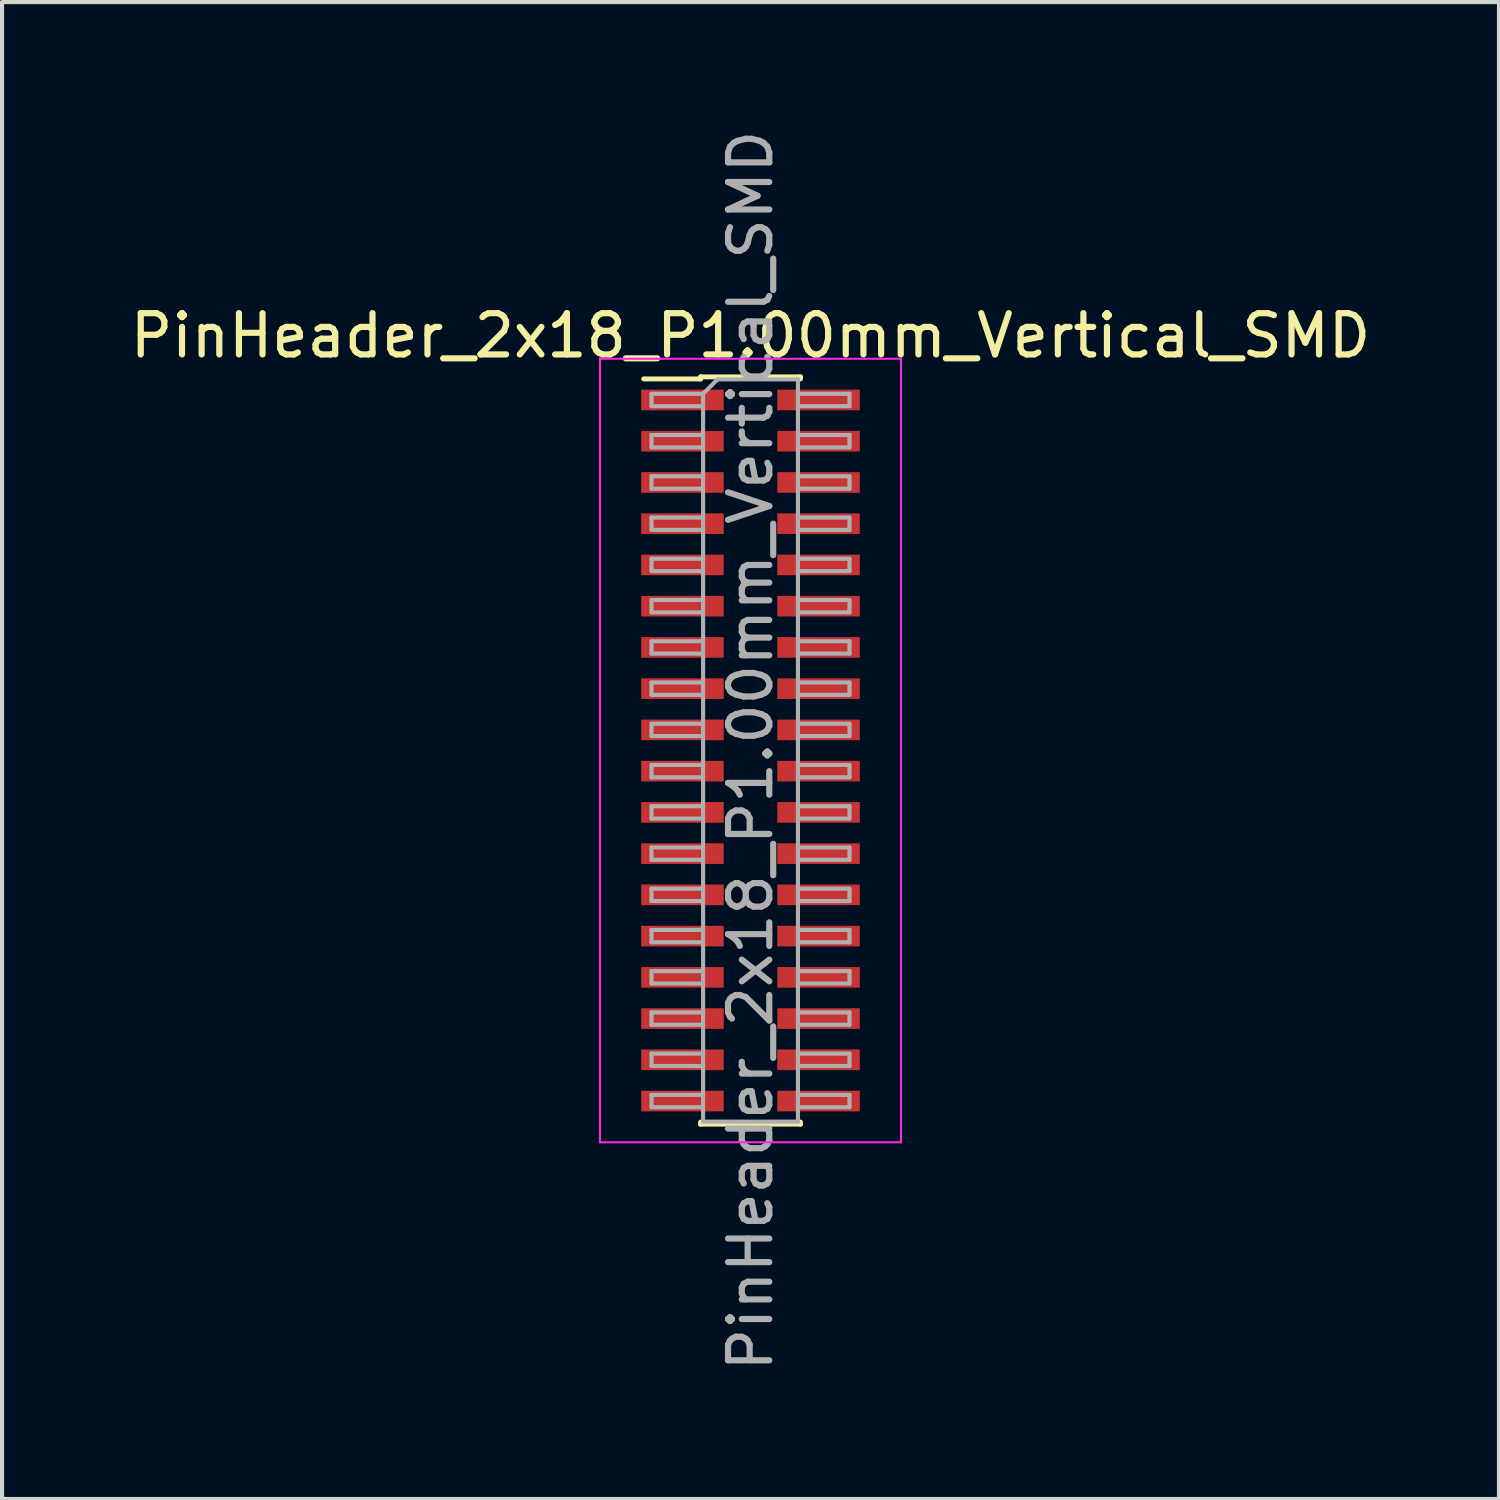
<source format=kicad_pcb>
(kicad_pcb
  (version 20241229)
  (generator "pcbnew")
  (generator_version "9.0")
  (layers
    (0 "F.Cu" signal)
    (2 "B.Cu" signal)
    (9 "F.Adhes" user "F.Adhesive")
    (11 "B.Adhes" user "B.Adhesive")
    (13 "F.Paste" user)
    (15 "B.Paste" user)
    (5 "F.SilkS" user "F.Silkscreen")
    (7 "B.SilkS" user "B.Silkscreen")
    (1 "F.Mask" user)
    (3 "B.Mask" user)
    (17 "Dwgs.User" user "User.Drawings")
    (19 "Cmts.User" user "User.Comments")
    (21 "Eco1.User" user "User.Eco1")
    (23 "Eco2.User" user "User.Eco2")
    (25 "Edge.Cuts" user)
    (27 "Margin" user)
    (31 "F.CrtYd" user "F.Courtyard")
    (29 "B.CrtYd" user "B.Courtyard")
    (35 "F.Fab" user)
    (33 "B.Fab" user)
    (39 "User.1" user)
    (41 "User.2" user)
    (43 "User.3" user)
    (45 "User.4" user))
  (footprint "PinHeader_2x18_P1.00mm_Vertical_SMD"
    (layer "F.Cu")
    (at 15.149 15.149)
    (property "Reference" "PinHeader_2x18_P1.00mm_Vertical_SMD" (at 0 -10.06 0) (layer "F.SilkS") (effects (font (size 1 1) (thickness 0.15))))
    (attr smd)
    (fp_line (start -2.59 -9.01) (end -1.21 -9.01) (stroke (width 0.12) (type solid)) (layer "F.SilkS"))
    (fp_line (start -1.21 -9.06) (end -1.21 -9.01) (stroke (width 0.12) (type solid)) (layer "F.SilkS"))
    (fp_line (start -1.21 -9.06) (end 1.21 -9.06) (stroke (width 0.12) (type solid)) (layer "F.SilkS"))
    (fp_line (start -1.21 9.01) (end -1.21 9.06) (stroke (width 0.12) (type solid)) (layer "F.SilkS"))
    (fp_line (start -1.21 9.06) (end 1.21 9.06) (stroke (width 0.12) (type solid)) (layer "F.SilkS"))
    (fp_line (start 1.21 -9.06) (end 1.21 -9.01) (stroke (width 0.12) (type solid)) (layer "F.SilkS"))
    (fp_line (start 1.21 9.01) (end 1.21 9.06) (stroke (width 0.12) (type solid)) (layer "F.SilkS"))
    (fp_line (start -3.65 -9.5) (end -3.65 9.5) (stroke (width 0.05) (type solid)) (layer "F.CrtYd"))
    (fp_line (start -3.65 9.5) (end 3.65 9.5) (stroke (width 0.05) (type solid)) (layer "F.CrtYd"))
    (fp_line (start 3.65 -9.5) (end -3.65 -9.5) (stroke (width 0.05) (type solid)) (layer "F.CrtYd"))
    (fp_line (start 3.65 9.5) (end 3.65 -9.5) (stroke (width 0.05) (type solid)) (layer "F.CrtYd"))
    (fp_line (start -2.4 -8.65) (end -2.4 -8.35) (stroke (width 0.1) (type solid)) (layer "F.Fab"))
    (fp_line (start -2.4 -8.35) (end -1.15 -8.35) (stroke (width 0.1) (type solid)) (layer "F.Fab"))
    (fp_line (start -2.4 -7.65) (end -2.4 -7.35) (stroke (width 0.1) (type solid)) (layer "F.Fab"))
    (fp_line (start -2.4 -7.35) (end -1.15 -7.35) (stroke (width 0.1) (type solid)) (layer "F.Fab"))
    (fp_line (start -2.4 -6.65) (end -2.4 -6.35) (stroke (width 0.1) (type solid)) (layer "F.Fab"))
    (fp_line (start -2.4 -6.35) (end -1.15 -6.35) (stroke (width 0.1) (type solid)) (layer "F.Fab"))
    (fp_line (start -2.4 -5.65) (end -2.4 -5.35) (stroke (width 0.1) (type solid)) (layer "F.Fab"))
    (fp_line (start -2.4 -5.35) (end -1.15 -5.35) (stroke (width 0.1) (type solid)) (layer "F.Fab"))
    (fp_line (start -2.4 -4.65) (end -2.4 -4.35) (stroke (width 0.1) (type solid)) (layer "F.Fab"))
    (fp_line (start -2.4 -4.35) (end -1.15 -4.35) (stroke (width 0.1) (type solid)) (layer "F.Fab"))
    (fp_line (start -2.4 -3.65) (end -2.4 -3.35) (stroke (width 0.1) (type solid)) (layer "F.Fab"))
    (fp_line (start -2.4 -3.35) (end -1.15 -3.35) (stroke (width 0.1) (type solid)) (layer "F.Fab"))
    (fp_line (start -2.4 -2.65) (end -2.4 -2.35) (stroke (width 0.1) (type solid)) (layer "F.Fab"))
    (fp_line (start -2.4 -2.35) (end -1.15 -2.35) (stroke (width 0.1) (type solid)) (layer "F.Fab"))
    (fp_line (start -2.4 -1.65) (end -2.4 -1.35) (stroke (width 0.1) (type solid)) (layer "F.Fab"))
    (fp_line (start -2.4 -1.35) (end -1.15 -1.35) (stroke (width 0.1) (type solid)) (layer "F.Fab"))
    (fp_line (start -2.4 -0.65) (end -2.4 -0.35) (stroke (width 0.1) (type solid)) (layer "F.Fab"))
    (fp_line (start -2.4 -0.35) (end -1.15 -0.35) (stroke (width 0.1) (type solid)) (layer "F.Fab"))
    (fp_line (start -2.4 0.35) (end -2.4 0.65) (stroke (width 0.1) (type solid)) (layer "F.Fab"))
    (fp_line (start -2.4 0.65) (end -1.15 0.65) (stroke (width 0.1) (type solid)) (layer "F.Fab"))
    (fp_line (start -2.4 1.35) (end -2.4 1.65) (stroke (width 0.1) (type solid)) (layer "F.Fab"))
    (fp_line (start -2.4 1.65) (end -1.15 1.65) (stroke (width 0.1) (type solid)) (layer "F.Fab"))
    (fp_line (start -2.4 2.35) (end -2.4 2.65) (stroke (width 0.1) (type solid)) (layer "F.Fab"))
    (fp_line (start -2.4 2.65) (end -1.15 2.65) (stroke (width 0.1) (type solid)) (layer "F.Fab"))
    (fp_line (start -2.4 3.35) (end -2.4 3.65) (stroke (width 0.1) (type solid)) (layer "F.Fab"))
    (fp_line (start -2.4 3.65) (end -1.15 3.65) (stroke (width 0.1) (type solid)) (layer "F.Fab"))
    (fp_line (start -2.4 4.35) (end -2.4 4.65) (stroke (width 0.1) (type solid)) (layer "F.Fab"))
    (fp_line (start -2.4 4.65) (end -1.15 4.65) (stroke (width 0.1) (type solid)) (layer "F.Fab"))
    (fp_line (start -2.4 5.35) (end -2.4 5.65) (stroke (width 0.1) (type solid)) (layer "F.Fab"))
    (fp_line (start -2.4 5.65) (end -1.15 5.65) (stroke (width 0.1) (type solid)) (layer "F.Fab"))
    (fp_line (start -2.4 6.35) (end -2.4 6.65) (stroke (width 0.1) (type solid)) (layer "F.Fab"))
    (fp_line (start -2.4 6.65) (end -1.15 6.65) (stroke (width 0.1) (type solid)) (layer "F.Fab"))
    (fp_line (start -2.4 7.35) (end -2.4 7.65) (stroke (width 0.1) (type solid)) (layer "F.Fab"))
    (fp_line (start -2.4 7.65) (end -1.15 7.65) (stroke (width 0.1) (type solid)) (layer "F.Fab"))
    (fp_line (start -2.4 8.35) (end -2.4 8.65) (stroke (width 0.1) (type solid)) (layer "F.Fab"))
    (fp_line (start -2.4 8.65) (end -1.15 8.65) (stroke (width 0.1) (type solid)) (layer "F.Fab"))
    (fp_line (start -1.15 -8.65) (end -2.4 -8.65) (stroke (width 0.1) (type solid)) (layer "F.Fab"))
    (fp_line (start -1.15 -8.65) (end -0.8 -9) (stroke (width 0.1) (type solid)) (layer "F.Fab"))
    (fp_line (start -1.15 -7.65) (end -2.4 -7.65) (stroke (width 0.1) (type solid)) (layer "F.Fab"))
    (fp_line (start -1.15 -6.65) (end -2.4 -6.65) (stroke (width 0.1) (type solid)) (layer "F.Fab"))
    (fp_line (start -1.15 -5.65) (end -2.4 -5.65) (stroke (width 0.1) (type solid)) (layer "F.Fab"))
    (fp_line (start -1.15 -4.65) (end -2.4 -4.65) (stroke (width 0.1) (type solid)) (layer "F.Fab"))
    (fp_line (start -1.15 -3.65) (end -2.4 -3.65) (stroke (width 0.1) (type solid)) (layer "F.Fab"))
    (fp_line (start -1.15 -2.65) (end -2.4 -2.65) (stroke (width 0.1) (type solid)) (layer "F.Fab"))
    (fp_line (start -1.15 -1.65) (end -2.4 -1.65) (stroke (width 0.1) (type solid)) (layer "F.Fab"))
    (fp_line (start -1.15 -0.65) (end -2.4 -0.65) (stroke (width 0.1) (type solid)) (layer "F.Fab"))
    (fp_line (start -1.15 0.35) (end -2.4 0.35) (stroke (width 0.1) (type solid)) (layer "F.Fab"))
    (fp_line (start -1.15 1.35) (end -2.4 1.35) (stroke (width 0.1) (type solid)) (layer "F.Fab"))
    (fp_line (start -1.15 2.35) (end -2.4 2.35) (stroke (width 0.1) (type solid)) (layer "F.Fab"))
    (fp_line (start -1.15 3.35) (end -2.4 3.35) (stroke (width 0.1) (type solid)) (layer "F.Fab"))
    (fp_line (start -1.15 4.35) (end -2.4 4.35) (stroke (width 0.1) (type solid)) (layer "F.Fab"))
    (fp_line (start -1.15 5.35) (end -2.4 5.35) (stroke (width 0.1) (type solid)) (layer "F.Fab"))
    (fp_line (start -1.15 6.35) (end -2.4 6.35) (stroke (width 0.1) (type solid)) (layer "F.Fab"))
    (fp_line (start -1.15 7.35) (end -2.4 7.35) (stroke (width 0.1) (type solid)) (layer "F.Fab"))
    (fp_line (start -1.15 8.35) (end -2.4 8.35) (stroke (width 0.1) (type solid)) (layer "F.Fab"))
    (fp_line (start -1.15 9) (end -1.15 -8.65) (stroke (width 0.1) (type solid)) (layer "F.Fab"))
    (fp_line (start -0.8 -9) (end 1.15 -9) (stroke (width 0.1) (type solid)) (layer "F.Fab"))
    (fp_line (start 1.15 -9) (end 1.15 9) (stroke (width 0.1) (type solid)) (layer "F.Fab"))
    (fp_line (start 1.15 -8.65) (end 2.4 -8.65) (stroke (width 0.1) (type solid)) (layer "F.Fab"))
    (fp_line (start 1.15 -7.65) (end 2.4 -7.65) (stroke (width 0.1) (type solid)) (layer "F.Fab"))
    (fp_line (start 1.15 -6.65) (end 2.4 -6.65) (stroke (width 0.1) (type solid)) (layer "F.Fab"))
    (fp_line (start 1.15 -5.65) (end 2.4 -5.65) (stroke (width 0.1) (type solid)) (layer "F.Fab"))
    (fp_line (start 1.15 -4.65) (end 2.4 -4.65) (stroke (width 0.1) (type solid)) (layer "F.Fab"))
    (fp_line (start 1.15 -3.65) (end 2.4 -3.65) (stroke (width 0.1) (type solid)) (layer "F.Fab"))
    (fp_line (start 1.15 -2.65) (end 2.4 -2.65) (stroke (width 0.1) (type solid)) (layer "F.Fab"))
    (fp_line (start 1.15 -1.65) (end 2.4 -1.65) (stroke (width 0.1) (type solid)) (layer "F.Fab"))
    (fp_line (start 1.15 -0.65) (end 2.4 -0.65) (stroke (width 0.1) (type solid)) (layer "F.Fab"))
    (fp_line (start 1.15 0.35) (end 2.4 0.35) (stroke (width 0.1) (type solid)) (layer "F.Fab"))
    (fp_line (start 1.15 1.35) (end 2.4 1.35) (stroke (width 0.1) (type solid)) (layer "F.Fab"))
    (fp_line (start 1.15 2.35) (end 2.4 2.35) (stroke (width 0.1) (type solid)) (layer "F.Fab"))
    (fp_line (start 1.15 3.35) (end 2.4 3.35) (stroke (width 0.1) (type solid)) (layer "F.Fab"))
    (fp_line (start 1.15 4.35) (end 2.4 4.35) (stroke (width 0.1) (type solid)) (layer "F.Fab"))
    (fp_line (start 1.15 5.35) (end 2.4 5.35) (stroke (width 0.1) (type solid)) (layer "F.Fab"))
    (fp_line (start 1.15 6.35) (end 2.4 6.35) (stroke (width 0.1) (type solid)) (layer "F.Fab"))
    (fp_line (start 1.15 7.35) (end 2.4 7.35) (stroke (width 0.1) (type solid)) (layer "F.Fab"))
    (fp_line (start 1.15 8.35) (end 2.4 8.35) (stroke (width 0.1) (type solid)) (layer "F.Fab"))
    (fp_line (start 1.15 9) (end -1.15 9) (stroke (width 0.1) (type solid)) (layer "F.Fab"))
    (fp_line (start 2.4 -8.65) (end 2.4 -8.35) (stroke (width 0.1) (type solid)) (layer "F.Fab"))
    (fp_line (start 2.4 -8.35) (end 1.15 -8.35) (stroke (width 0.1) (type solid)) (layer "F.Fab"))
    (fp_line (start 2.4 -7.65) (end 2.4 -7.35) (stroke (width 0.1) (type solid)) (layer "F.Fab"))
    (fp_line (start 2.4 -7.35) (end 1.15 -7.35) (stroke (width 0.1) (type solid)) (layer "F.Fab"))
    (fp_line (start 2.4 -6.65) (end 2.4 -6.35) (stroke (width 0.1) (type solid)) (layer "F.Fab"))
    (fp_line (start 2.4 -6.35) (end 1.15 -6.35) (stroke (width 0.1) (type solid)) (layer "F.Fab"))
    (fp_line (start 2.4 -5.65) (end 2.4 -5.35) (stroke (width 0.1) (type solid)) (layer "F.Fab"))
    (fp_line (start 2.4 -5.35) (end 1.15 -5.35) (stroke (width 0.1) (type solid)) (layer "F.Fab"))
    (fp_line (start 2.4 -4.65) (end 2.4 -4.35) (stroke (width 0.1) (type solid)) (layer "F.Fab"))
    (fp_line (start 2.4 -4.35) (end 1.15 -4.35) (stroke (width 0.1) (type solid)) (layer "F.Fab"))
    (fp_line (start 2.4 -3.65) (end 2.4 -3.35) (stroke (width 0.1) (type solid)) (layer "F.Fab"))
    (fp_line (start 2.4 -3.35) (end 1.15 -3.35) (stroke (width 0.1) (type solid)) (layer "F.Fab"))
    (fp_line (start 2.4 -2.65) (end 2.4 -2.35) (stroke (width 0.1) (type solid)) (layer "F.Fab"))
    (fp_line (start 2.4 -2.35) (end 1.15 -2.35) (stroke (width 0.1) (type solid)) (layer "F.Fab"))
    (fp_line (start 2.4 -1.65) (end 2.4 -1.35) (stroke (width 0.1) (type solid)) (layer "F.Fab"))
    (fp_line (start 2.4 -1.35) (end 1.15 -1.35) (stroke (width 0.1) (type solid)) (layer "F.Fab"))
    (fp_line (start 2.4 -0.65) (end 2.4 -0.35) (stroke (width 0.1) (type solid)) (layer "F.Fab"))
    (fp_line (start 2.4 -0.35) (end 1.15 -0.35) (stroke (width 0.1) (type solid)) (layer "F.Fab"))
    (fp_line (start 2.4 0.35) (end 2.4 0.65) (stroke (width 0.1) (type solid)) (layer "F.Fab"))
    (fp_line (start 2.4 0.65) (end 1.15 0.65) (stroke (width 0.1) (type solid)) (layer "F.Fab"))
    (fp_line (start 2.4 1.35) (end 2.4 1.65) (stroke (width 0.1) (type solid)) (layer "F.Fab"))
    (fp_line (start 2.4 1.65) (end 1.15 1.65) (stroke (width 0.1) (type solid)) (layer "F.Fab"))
    (fp_line (start 2.4 2.35) (end 2.4 2.65) (stroke (width 0.1) (type solid)) (layer "F.Fab"))
    (fp_line (start 2.4 2.65) (end 1.15 2.65) (stroke (width 0.1) (type solid)) (layer "F.Fab"))
    (fp_line (start 2.4 3.35) (end 2.4 3.65) (stroke (width 0.1) (type solid)) (layer "F.Fab"))
    (fp_line (start 2.4 3.65) (end 1.15 3.65) (stroke (width 0.1) (type solid)) (layer "F.Fab"))
    (fp_line (start 2.4 4.35) (end 2.4 4.65) (stroke (width 0.1) (type solid)) (layer "F.Fab"))
    (fp_line (start 2.4 4.65) (end 1.15 4.65) (stroke (width 0.1) (type solid)) (layer "F.Fab"))
    (fp_line (start 2.4 5.35) (end 2.4 5.65) (stroke (width 0.1) (type solid)) (layer "F.Fab"))
    (fp_line (start 2.4 5.65) (end 1.15 5.65) (stroke (width 0.1) (type solid)) (layer "F.Fab"))
    (fp_line (start 2.4 6.35) (end 2.4 6.65) (stroke (width 0.1) (type solid)) (layer "F.Fab"))
    (fp_line (start 2.4 6.65) (end 1.15 6.65) (stroke (width 0.1) (type solid)) (layer "F.Fab"))
    (fp_line (start 2.4 7.35) (end 2.4 7.65) (stroke (width 0.1) (type solid)) (layer "F.Fab"))
    (fp_line (start 2.4 7.65) (end 1.15 7.65) (stroke (width 0.1) (type solid)) (layer "F.Fab"))
    (fp_line (start 2.4 8.35) (end 2.4 8.65) (stroke (width 0.1) (type solid)) (layer "F.Fab"))
    (fp_line (start 2.4 8.65) (end 1.15 8.65) (stroke (width 0.1) (type solid)) (layer "F.Fab"))
    (fp_text user "${REFERENCE}" (at 0 0 90) (layer "F.Fab") (effects (font (size 1 1) (thickness 0.15))))
    (pad "1" smd rect (at -1.65 -8.5) (size 2 0.5) (layers "F.Cu" "F.Mask" "F.Paste"))
    (pad "2" smd rect (at 1.65 -8.5) (size 2 0.5) (layers "F.Cu" "F.Mask" "F.Paste"))
    (pad "3" smd rect (at -1.65 -7.5) (size 2 0.5) (layers "F.Cu" "F.Mask" "F.Paste"))
    (pad "4" smd rect (at 1.65 -7.5) (size 2 0.5) (layers "F.Cu" "F.Mask" "F.Paste"))
    (pad "5" smd rect (at -1.65 -6.5) (size 2 0.5) (layers "F.Cu" "F.Mask" "F.Paste"))
    (pad "6" smd rect (at 1.65 -6.5) (size 2 0.5) (layers "F.Cu" "F.Mask" "F.Paste"))
    (pad "7" smd rect (at -1.65 -5.5) (size 2 0.5) (layers "F.Cu" "F.Mask" "F.Paste"))
    (pad "8" smd rect (at 1.65 -5.5) (size 2 0.5) (layers "F.Cu" "F.Mask" "F.Paste"))
    (pad "9" smd rect (at -1.65 -4.5) (size 2 0.5) (layers "F.Cu" "F.Mask" "F.Paste"))
    (pad "10" smd rect (at 1.65 -4.5) (size 2 0.5) (layers "F.Cu" "F.Mask" "F.Paste"))
    (pad "11" smd rect (at -1.65 -3.5) (size 2 0.5) (layers "F.Cu" "F.Mask" "F.Paste"))
    (pad "12" smd rect (at 1.65 -3.5) (size 2 0.5) (layers "F.Cu" "F.Mask" "F.Paste"))
    (pad "13" smd rect (at -1.65 -2.5) (size 2 0.5) (layers "F.Cu" "F.Mask" "F.Paste"))
    (pad "14" smd rect (at 1.65 -2.5) (size 2 0.5) (layers "F.Cu" "F.Mask" "F.Paste"))
    (pad "15" smd rect (at -1.65 -1.5) (size 2 0.5) (layers "F.Cu" "F.Mask" "F.Paste"))
    (pad "16" smd rect (at 1.65 -1.5) (size 2 0.5) (layers "F.Cu" "F.Mask" "F.Paste"))
    (pad "17" smd rect (at -1.65 -0.5) (size 2 0.5) (layers "F.Cu" "F.Mask" "F.Paste"))
    (pad "18" smd rect (at 1.65 -0.5) (size 2 0.5) (layers "F.Cu" "F.Mask" "F.Paste"))
    (pad "19" smd rect (at -1.65 0.5) (size 2 0.5) (layers "F.Cu" "F.Mask" "F.Paste"))
    (pad "20" smd rect (at 1.65 0.5) (size 2 0.5) (layers "F.Cu" "F.Mask" "F.Paste"))
    (pad "21" smd rect (at -1.65 1.5) (size 2 0.5) (layers "F.Cu" "F.Mask" "F.Paste"))
    (pad "22" smd rect (at 1.65 1.5) (size 2 0.5) (layers "F.Cu" "F.Mask" "F.Paste"))
    (pad "23" smd rect (at -1.65 2.5) (size 2 0.5) (layers "F.Cu" "F.Mask" "F.Paste"))
    (pad "24" smd rect (at 1.65 2.5) (size 2 0.5) (layers "F.Cu" "F.Mask" "F.Paste"))
    (pad "25" smd rect (at -1.65 3.5) (size 2 0.5) (layers "F.Cu" "F.Mask" "F.Paste"))
    (pad "26" smd rect (at 1.65 3.5) (size 2 0.5) (layers "F.Cu" "F.Mask" "F.Paste"))
    (pad "27" smd rect (at -1.65 4.5) (size 2 0.5) (layers "F.Cu" "F.Mask" "F.Paste"))
    (pad "28" smd rect (at 1.65 4.5) (size 2 0.5) (layers "F.Cu" "F.Mask" "F.Paste"))
    (pad "29" smd rect (at -1.65 5.5) (size 2 0.5) (layers "F.Cu" "F.Mask" "F.Paste"))
    (pad "30" smd rect (at 1.65 5.5) (size 2 0.5) (layers "F.Cu" "F.Mask" "F.Paste"))
    (pad "31" smd rect (at -1.65 6.5) (size 2 0.5) (layers "F.Cu" "F.Mask" "F.Paste"))
    (pad "32" smd rect (at 1.65 6.5) (size 2 0.5) (layers "F.Cu" "F.Mask" "F.Paste"))
    (pad "33" smd rect (at -1.65 7.5) (size 2 0.5) (layers "F.Cu" "F.Mask" "F.Paste"))
    (pad "34" smd rect (at 1.65 7.5) (size 2 0.5) (layers "F.Cu" "F.Mask" "F.Paste"))
    (pad "35" smd rect (at -1.65 8.5) (size 2 0.5) (layers "F.Cu" "F.Mask" "F.Paste"))
    (pad "36" smd rect (at 1.65 8.5) (size 2 0.5) (layers "F.Cu" "F.Mask" "F.Paste")))
  (gr_rect
    (start -3 -3)
    (end 33.298 33.298)
    (stroke (width 0.1) (type default))
    (fill no)
    (layer "Edge.Cuts")))
</source>
